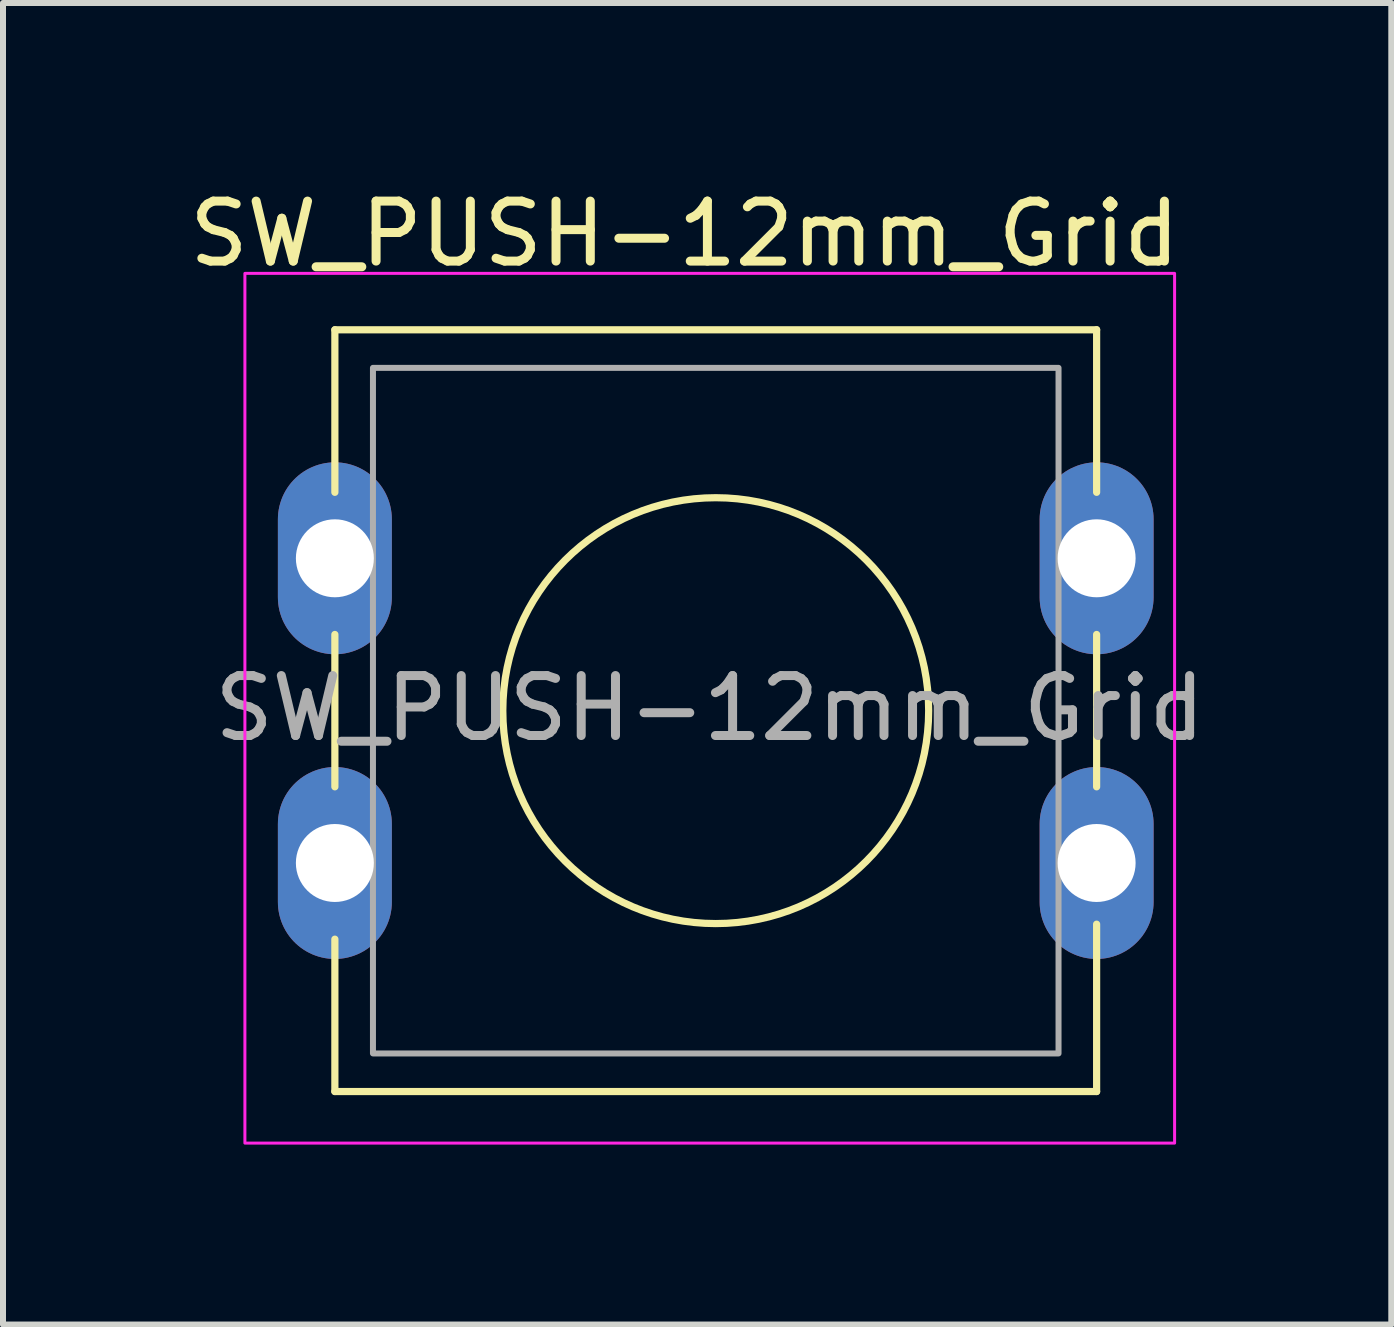
<source format=kicad_pcb>
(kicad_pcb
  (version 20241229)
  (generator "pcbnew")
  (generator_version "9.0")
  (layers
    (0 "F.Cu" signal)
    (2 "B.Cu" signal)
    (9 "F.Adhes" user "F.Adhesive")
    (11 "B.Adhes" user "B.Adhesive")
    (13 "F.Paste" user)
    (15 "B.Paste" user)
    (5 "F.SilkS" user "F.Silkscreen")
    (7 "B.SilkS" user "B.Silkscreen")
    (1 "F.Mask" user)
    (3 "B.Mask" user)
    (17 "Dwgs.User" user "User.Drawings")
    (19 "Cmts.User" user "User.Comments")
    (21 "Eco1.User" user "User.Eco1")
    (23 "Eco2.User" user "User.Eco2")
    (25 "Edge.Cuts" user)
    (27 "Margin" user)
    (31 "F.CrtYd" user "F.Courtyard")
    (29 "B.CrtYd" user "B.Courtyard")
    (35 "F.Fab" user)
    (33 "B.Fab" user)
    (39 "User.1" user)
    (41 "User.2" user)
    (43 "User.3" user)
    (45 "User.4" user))
  (footprint "SW_PUSH-12mm_Grid"
    (layer "F.Cu")
    (at 2.533 6.258)
    (property "Reference" "SW_PUSH-12mm_Grid" (at 5.83 -5.41 0) (layer "F.SilkS") (effects (font (size 1 1) (thickness 0.15))))
    (attr through_hole)
    (fp_line (start 0 -3.81) (end 0 -1.1) (stroke (width 0.12) (type default)) (layer "F.SilkS"))
    (fp_line (start 0 -3.81) (end 12.7 -3.81) (stroke (width 0.12) (type default)) (layer "F.SilkS"))
    (fp_line (start 0 1.27) (end 0 3.81) (stroke (width 0.12) (type default)) (layer "F.SilkS"))
    (fp_line (start 0 6.35) (end 0 8.89) (stroke (width 0.12) (type default)) (layer "F.SilkS"))
    (fp_line (start 12.7 -3.81) (end 12.7 -1.1) (stroke (width 0.12) (type default)) (layer "F.SilkS"))
    (fp_line (start 12.7 1.27) (end 12.7 3.81) (stroke (width 0.12) (type default)) (layer "F.SilkS"))
    (fp_line (start 12.7 6.1) (end 12.7 8.89) (stroke (width 0.12) (type default)) (layer "F.SilkS"))
    (fp_line (start 12.7 8.89) (end 0 8.89) (stroke (width 0.12) (type default)) (layer "F.SilkS"))
    (fp_circle (center 6.35 2.54) (end 9.9 2.54) (stroke (width 0.12) (type default)) (fill no) (layer "F.SilkS"))
    (fp_rect (start -1.5 -4.75) (end 14 9.75) (stroke (width 0.05) (type default)) (fill no) (layer "F.CrtYd"))
    (fp_rect (start 0.635 -3.175) (end 12.065 8.255) (stroke (width 0.1) (type default)) (fill no) (layer "F.Fab"))
    (fp_text user "${REFERENCE}" (at 6.25 2.5 0) (layer "F.Fab") (effects (font (size 1 1) (thickness 0.15))))
    (pad "1" thru_hole oval (at 0 0 90) (size 3.2 1.9) (drill 1.3) (layers "*.Cu" "*.Mask"))
    (pad "1" thru_hole oval (at 12.7 0 90) (size 3.2 1.9) (drill 1.3) (layers "*.Cu" "*.Mask"))
    (pad "2" thru_hole oval (at 0 5.08 90) (size 3.2 1.9) (drill 1.3) (layers "*.Cu" "*.Mask"))
    (pad "2" thru_hole oval (at 12.7 5.08 90) (size 3.2 1.9) (drill 1.3) (layers "*.Cu" "*.Mask")))
  (gr_rect
    (start -3 -3)
    (end 20.146 19.033)
    (stroke (width 0.1) (type default))
    (fill no)
    (layer "Edge.Cuts")))
</source>
